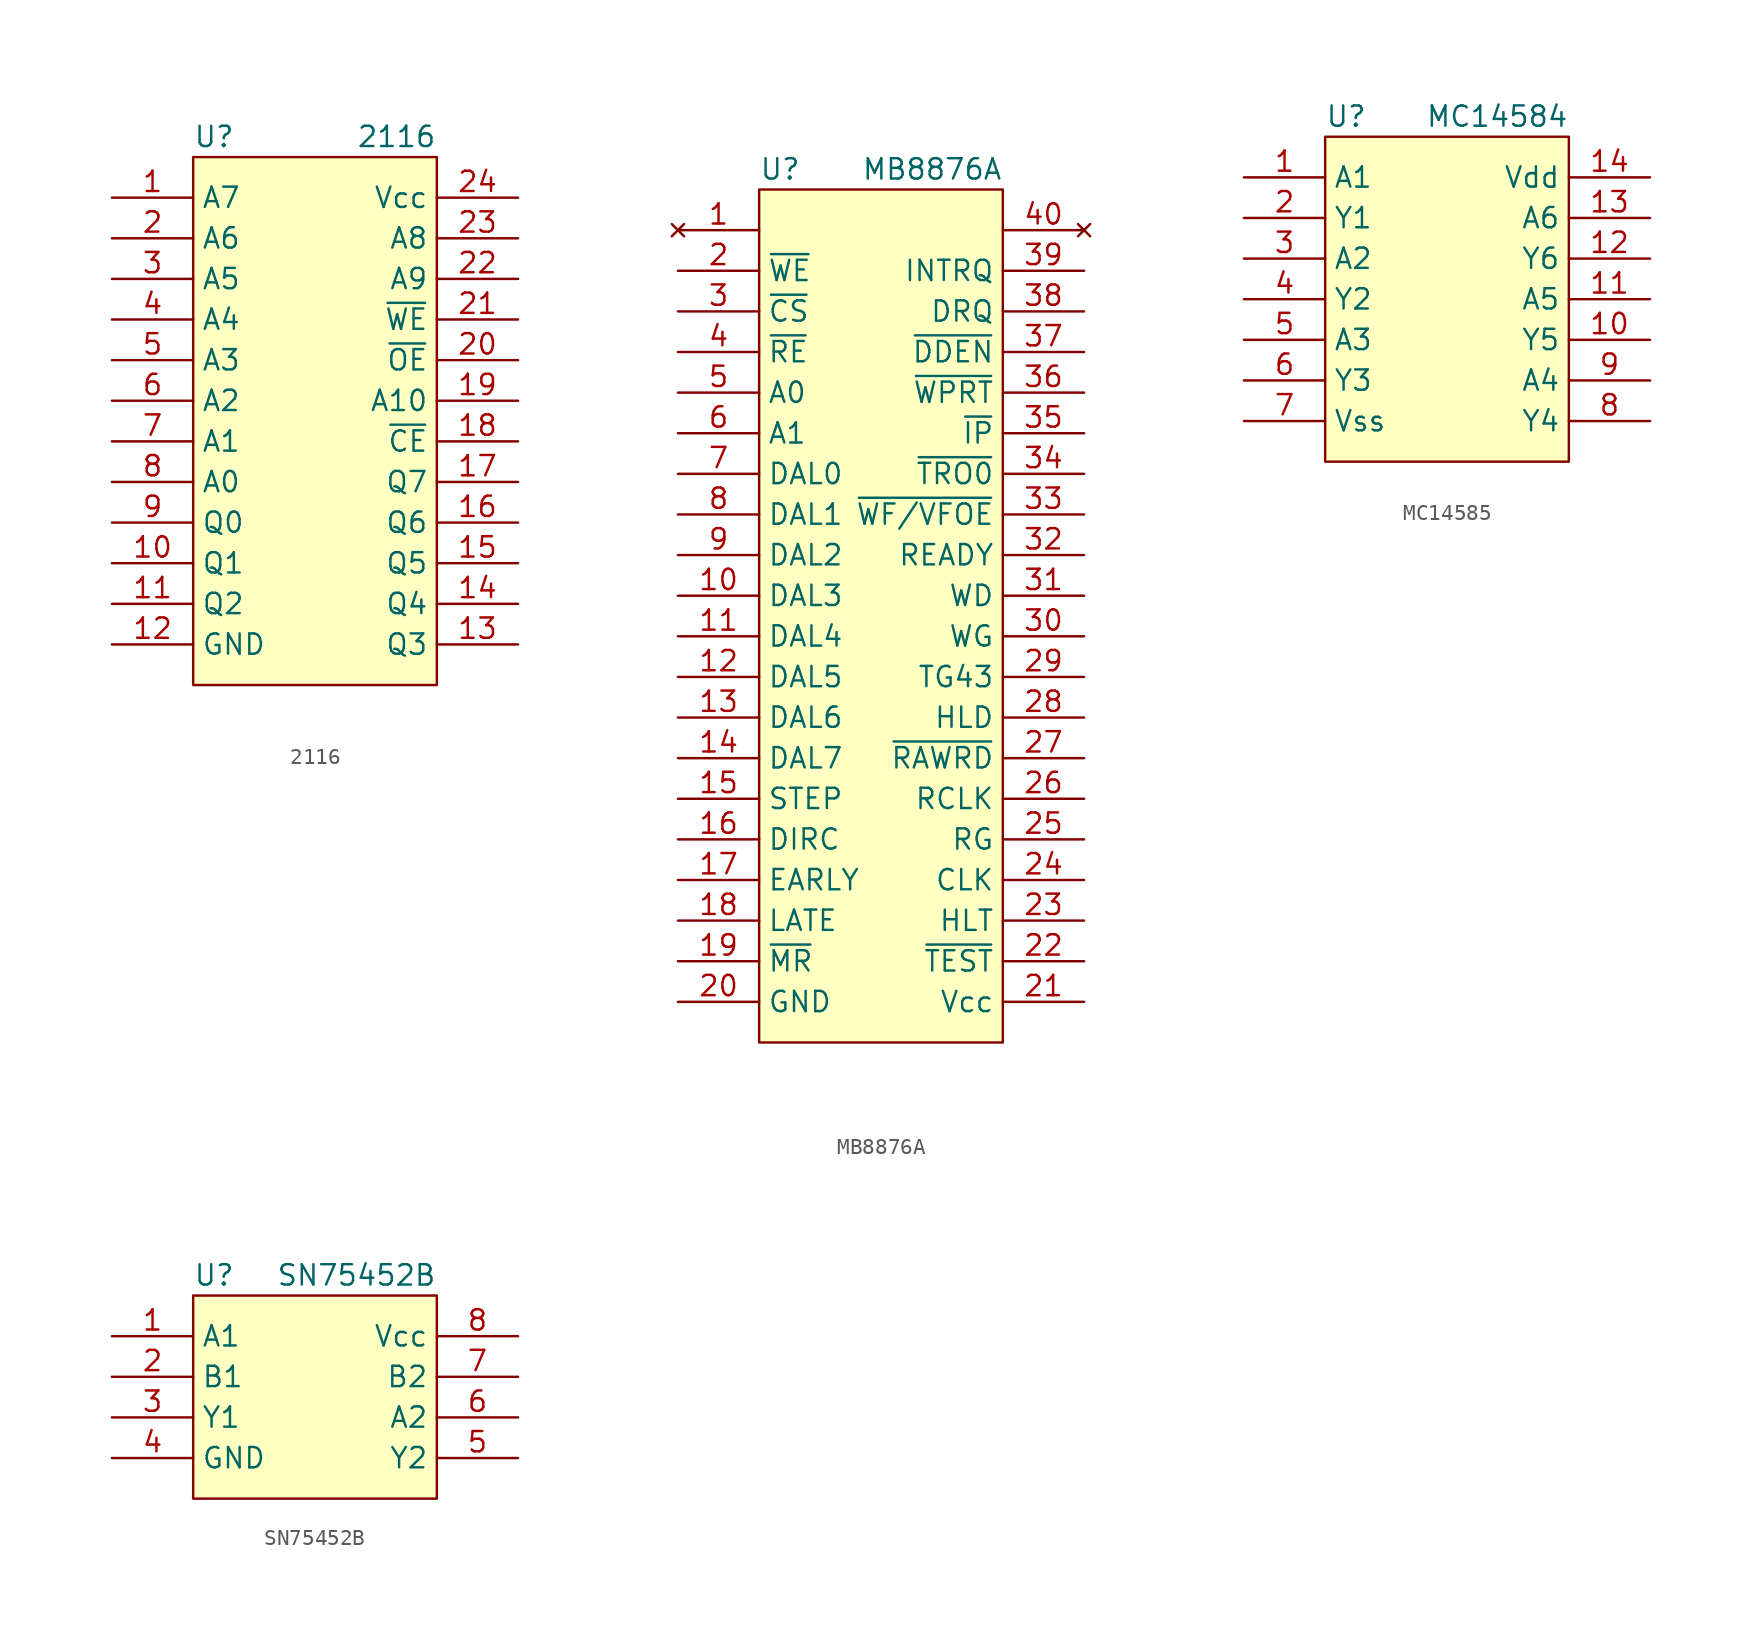
<source format=kicad_sym>
(kicad_symbol_lib
  (version 20231120)
  (generator "kicad_symbol_editor")
  (generator_version "8.0")
  (symbol "2116"
    (property "Reference" "U"
      (at -6.35 17.78 0)
      (do_not_autoplace)
      (effects (font (size 1.27 1.27)) (justify left)))
    (property "Value" "2116"
      (at 8.89 17.78 0)
      (do_not_autoplace)
      (effects (font (size 1.27 1.27)) (justify right)))
    (symbol "2116_0_0"
      (pin input line (at -11.43 13.97 0) (length 5.08) (name "A7" (effects (font (size 1.27 1.27)))) (number "1" (effects (font (size 1.27 1.27)))))
      (pin output line (at -11.43 -8.89 0) (length 5.08) (name "Q1" (effects (font (size 1.27 1.27)))) (number "10" (effects (font (size 1.27 1.27)))))
      (pin output line (at -11.43 -11.43 0) (length 5.08) (name "Q2" (effects (font (size 1.27 1.27)))) (number "11" (effects (font (size 1.27 1.27)))))
      (pin power_in line (at -11.43 -13.97 0) (length 5.08) (name "GND" (effects (font (size 1.27 1.27)))) (number "12" (effects (font (size 1.27 1.27)))))
      (pin output line (at 13.97 -13.97 180) (length 5.08) (name "Q3" (effects (font (size 1.27 1.27)))) (number "13" (effects (font (size 1.27 1.27)))))
      (pin output line (at 13.97 -11.43 180) (length 5.08) (name "Q4" (effects (font (size 1.27 1.27)))) (number "14" (effects (font (size 1.27 1.27)))))
      (pin output line (at 13.97 -8.89 180) (length 5.08) (name "Q5" (effects (font (size 1.27 1.27)))) (number "15" (effects (font (size 1.27 1.27)))))
      (pin output line (at 13.97 -6.35 180) (length 5.08) (name "Q6" (effects (font (size 1.27 1.27)))) (number "16" (effects (font (size 1.27 1.27)))))
      (pin output line (at 13.97 -3.81 180) (length 5.08) (name "Q7" (effects (font (size 1.27 1.27)))) (number "17" (effects (font (size 1.27 1.27)))))
      (pin input line (at 13.97 1.27 180) (length 5.08) (name "A10" (effects (font (size 1.27 1.27)))) (number "19" (effects (font (size 1.27 1.27)))))
      (pin input line (at -11.43 11.43 0) (length 5.08) (name "A6" (effects (font (size 1.27 1.27)))) (number "2" (effects (font (size 1.27 1.27)))))
      (pin input line (at 13.97 3.81 180) (length 5.08) (name "~{OE}" (effects (font (size 1.27 1.27)))) (number "20" (effects (font (size 1.27 1.27)))))
      (pin input line (at 13.97 8.89 180) (length 5.08) (name "A9" (effects (font (size 1.27 1.27)))) (number "22" (effects (font (size 1.27 1.27)))))
      (pin input line (at 13.97 11.43 180) (length 5.08) (name "A8" (effects (font (size 1.27 1.27)))) (number "23" (effects (font (size 1.27 1.27)))))
      (pin power_in line (at 13.97 13.97 180) (length 5.08) (name "Vcc" (effects (font (size 1.27 1.27)))) (number "24" (effects (font (size 1.27 1.27)))))
      (pin input line (at -11.43 8.89 0) (length 5.08) (name "A5" (effects (font (size 1.27 1.27)))) (number "3" (effects (font (size 1.27 1.27)))))
      (pin input line (at -11.43 6.35 0) (length 5.08) (name "A4" (effects (font (size 1.27 1.27)))) (number "4" (effects (font (size 1.27 1.27)))))
      (pin input line (at -11.43 3.81 0) (length 5.08) (name "A3" (effects (font (size 1.27 1.27)))) (number "5" (effects (font (size 1.27 1.27)))))
      (pin input line (at -11.43 1.27 0) (length 5.08) (name "A2" (effects (font (size 1.27 1.27)))) (number "6" (effects (font (size 1.27 1.27)))))
      (pin input line (at -11.43 -1.27 0) (length 5.08) (name "A1" (effects (font (size 1.27 1.27)))) (number "7" (effects (font (size 1.27 1.27)))))
      (pin input line (at -11.43 -3.81 0) (length 5.08) (name "A0" (effects (font (size 1.27 1.27)))) (number "8" (effects (font (size 1.27 1.27)))))
      (pin output line (at -11.43 -6.35 0) (length 5.08) (name "Q0" (effects (font (size 1.27 1.27)))) (number "9" (effects (font (size 1.27 1.27))))))
    (symbol "2116_1_0"
      (pin input line (at 13.97 -1.27 180) (length 5.08) (name "~{CE}" (effects (font (size 1.27 1.27)))) (number "18" (effects (font (size 1.27 1.27)))))
      (pin input line (at 13.97 6.35 180) (length 5.08) (name "~{WE}" (effects (font (size 1.27 1.27)))) (number "21" (effects (font (size 1.27 1.27))))))
    (symbol "2116_1_1"
      (rectangle (start -6.35 16.51) (end 8.89 -16.51) (stroke (width 0) (type default)) (fill (type background)))))
  (symbol "MB8876A"
    (property "Reference" "U"
      (at -7.62 27.94 0)
      (do_not_autoplace)
      (effects (font (size 1.27 1.27)) (justify left)))
    (property "Value" "MB8876A"
      (at 7.62 27.94 0)
      (do_not_autoplace)
      (effects (font (size 1.27 1.27)) (justify right)))
    (symbol "MB8876A_0_0"
      (pin tri_state line (at -12.7 1.27 0) (length 5.08) (name "DAL3" (effects (font (size 1.27 1.27)))) (number "10" (effects (font (size 1.27 1.27)))))
      (pin tri_state line (at -12.7 -1.27 0) (length 5.08) (name "DAL4" (effects (font (size 1.27 1.27)))) (number "11" (effects (font (size 1.27 1.27)))))
      (pin tri_state line (at -12.7 -3.81 0) (length 5.08) (name "DAL5" (effects (font (size 1.27 1.27)))) (number "12" (effects (font (size 1.27 1.27)))))
      (pin tri_state line (at -12.7 -6.35 0) (length 5.08) (name "DAL6" (effects (font (size 1.27 1.27)))) (number "13" (effects (font (size 1.27 1.27)))))
      (pin tri_state line (at -12.7 -8.89 0) (length 5.08) (name "DAL7" (effects (font (size 1.27 1.27)))) (number "14" (effects (font (size 1.27 1.27)))))
      (pin output line (at -12.7 -11.43 0) (length 5.08) (name "STEP" (effects (font (size 1.27 1.27)))) (number "15" (effects (font (size 1.27 1.27)))))
      (pin output line (at -12.7 -13.97 0) (length 5.08) (name "DIRC" (effects (font (size 1.27 1.27)))) (number "16" (effects (font (size 1.27 1.27)))))
      (pin output line (at -12.7 -16.51 0) (length 5.08) (name "EARLY" (effects (font (size 1.27 1.27)))) (number "17" (effects (font (size 1.27 1.27)))))
      (pin output line (at -12.7 -19.05 0) (length 5.08) (name "LATE" (effects (font (size 1.27 1.27)))) (number "18" (effects (font (size 1.27 1.27)))))
      (pin input line (at -12.7 -21.59 0) (length 5.08) (name "~{MR}" (effects (font (size 1.27 1.27)))) (number "19" (effects (font (size 1.27 1.27)))))
      (pin input line (at -12.7 21.59 0) (length 5.08) (name "~{WE}" (effects (font (size 1.27 1.27)))) (number "2" (effects (font (size 1.27 1.27)))))
      (pin power_in line (at -12.7 -24.13 0) (length 5.08) (name "GND" (effects (font (size 1.27 1.27)))) (number "20" (effects (font (size 1.27 1.27)))))
      (pin power_in line (at 12.7 -24.13 180) (length 5.08) (name "Vcc" (effects (font (size 1.27 1.27)))) (number "21" (effects (font (size 1.27 1.27)))))
      (pin input line (at 12.7 -21.59 180) (length 5.08) (name "~{TEST}" (effects (font (size 1.27 1.27)))) (number "22" (effects (font (size 1.27 1.27)))))
      (pin input line (at 12.7 -19.05 180) (length 5.08) (name "HLT" (effects (font (size 1.27 1.27)))) (number "23" (effects (font (size 1.27 1.27)))))
      (pin input line (at 12.7 -16.51 180) (length 5.08) (name "CLK" (effects (font (size 1.27 1.27)))) (number "24" (effects (font (size 1.27 1.27)))))
      (pin output line (at 12.7 -13.97 180) (length 5.08) (name "RG" (effects (font (size 1.27 1.27)))) (number "25" (effects (font (size 1.27 1.27)))))
      (pin input line (at 12.7 -11.43 180) (length 5.08) (name "RCLK" (effects (font (size 1.27 1.27)))) (number "26" (effects (font (size 1.27 1.27)))))
      (pin input line (at 12.7 -8.89 180) (length 5.08) (name "~{RAWRD}" (effects (font (size 1.27 1.27)))) (number "27" (effects (font (size 1.27 1.27)))))
      (pin output line (at 12.7 -6.35 180) (length 5.08) (name "HLD" (effects (font (size 1.27 1.27)))) (number "28" (effects (font (size 1.27 1.27)))))
      (pin output line (at 12.7 -3.81 180) (length 5.08) (name "TG43" (effects (font (size 1.27 1.27)))) (number "29" (effects (font (size 1.27 1.27)))))
      (pin input line (at -12.7 19.05 0) (length 5.08) (name "~{CS}" (effects (font (size 1.27 1.27)))) (number "3" (effects (font (size 1.27 1.27)))))
      (pin output line (at 12.7 -1.27 180) (length 5.08) (name "WG" (effects (font (size 1.27 1.27)))) (number "30" (effects (font (size 1.27 1.27)))))
      (pin output line (at 12.7 1.27 180) (length 5.08) (name "WD" (effects (font (size 1.27 1.27)))) (number "31" (effects (font (size 1.27 1.27)))))
      (pin input line (at 12.7 3.81 180) (length 5.08) (name "READY" (effects (font (size 1.27 1.27)))) (number "32" (effects (font (size 1.27 1.27)))))
      (pin bidirectional line (at 12.7 6.35 180) (length 5.08) (name "~{WF/VFOE}" (effects (font (size 1.27 1.27)))) (number "33" (effects (font (size 1.27 1.27)))))
      (pin input line (at 12.7 8.89 180) (length 5.08) (name "~{TRO0}" (effects (font (size 1.27 1.27)))) (number "34" (effects (font (size 1.27 1.27)))))
      (pin input line (at 12.7 11.43 180) (length 5.08) (name "~{IP}" (effects (font (size 1.27 1.27)))) (number "35" (effects (font (size 1.27 1.27)))))
      (pin input line (at 12.7 13.97 180) (length 5.08) (name "~{WPRT}" (effects (font (size 1.27 1.27)))) (number "36" (effects (font (size 1.27 1.27)))))
      (pin input line (at 12.7 16.51 180) (length 5.08) (name "~{DDEN}" (effects (font (size 1.27 1.27)))) (number "37" (effects (font (size 1.27 1.27)))))
      (pin output line (at 12.7 19.05 180) (length 5.08) (name "DRQ" (effects (font (size 1.27 1.27)))) (number "38" (effects (font (size 1.27 1.27)))))
      (pin output line (at 12.7 21.59 180) (length 5.08) (name "INTRQ" (effects (font (size 1.27 1.27)))) (number "39" (effects (font (size 1.27 1.27)))))
      (pin input line (at -12.7 16.51 0) (length 5.08) (name "~{RE}" (effects (font (size 1.27 1.27)))) (number "4" (effects (font (size 1.27 1.27)))))
      (pin input line (at -12.7 13.97 0) (length 5.08) (name "A0" (effects (font (size 1.27 1.27)))) (number "5" (effects (font (size 1.27 1.27)))))
      (pin input line (at -12.7 11.43 0) (length 5.08) (name "A1" (effects (font (size 1.27 1.27)))) (number "6" (effects (font (size 1.27 1.27)))))
      (pin tri_state line (at -12.7 8.89 0) (length 5.08) (name "DAL0" (effects (font (size 1.27 1.27)))) (number "7" (effects (font (size 1.27 1.27)))))
      (pin tri_state line (at -12.7 6.35 0) (length 5.08) (name "DAL1" (effects (font (size 1.27 1.27)))) (number "8" (effects (font (size 1.27 1.27)))))
      (pin tri_state line (at -12.7 3.81 0) (length 5.08) (name "DAL2" (effects (font (size 1.27 1.27)))) (number "9" (effects (font (size 1.27 1.27))))))
    (symbol "MB8876A_1_0"
      (pin no_connect line (at -12.7 24.13 0) (length 5.08) (name "~" (effects (font (size 1.27 1.27)))) (number "1" (effects (font (size 1.27 1.27)))))
      (pin no_connect line (at 12.7 24.13 180) (length 5.08) (name "~" (effects (font (size 1.27 1.27)))) (number "40" (effects (font (size 1.27 1.27))))))
    (symbol "MB8876A_1_1"
      (rectangle (start -7.62 26.67) (end 7.62 -26.67) (stroke (width 0) (type default)) (fill (type background)))))
  (symbol "MC14585"
    (property "Reference" "U"
      (at -7.62 11.43 0)
      (do_not_autoplace)
      (effects (font (size 1.27 1.27)) (justify left)))
    (property "Value" "MC14584"
      (at 7.62 11.43 0)
      (do_not_autoplace)
      (effects (font (size 1.27 1.27)) (justify right)))
    (symbol "MC14585_0_0"
      (pin input line (at -12.7 7.62 0) (length 5.08) (name "A1" (effects (font (size 1.27 1.27)))) (number "1" (effects (font (size 1.27 1.27)))))
      (pin output line (at 12.7 -2.54 180) (length 5.08) (name "Y5" (effects (font (size 1.27 1.27)))) (number "10" (effects (font (size 1.27 1.27)))))
      (pin input line (at 12.7 0 180) (length 5.08) (name "A5" (effects (font (size 1.27 1.27)))) (number "11" (effects (font (size 1.27 1.27)))))
      (pin output line (at 12.7 2.54 180) (length 5.08) (name "Y6" (effects (font (size 1.27 1.27)))) (number "12" (effects (font (size 1.27 1.27)))))
      (pin input line (at 12.7 5.08 180) (length 5.08) (name "A6" (effects (font (size 1.27 1.27)))) (number "13" (effects (font (size 1.27 1.27)))))
      (pin power_in line (at 12.7 7.62 180) (length 5.08) (name "Vdd" (effects (font (size 1.27 1.27)))) (number "14" (effects (font (size 1.27 1.27)))))
      (pin output line (at -12.7 5.08 0) (length 5.08) (name "Y1" (effects (font (size 1.27 1.27)))) (number "2" (effects (font (size 1.27 1.27)))))
      (pin input line (at -12.7 2.54 0) (length 5.08) (name "A2" (effects (font (size 1.27 1.27)))) (number "3" (effects (font (size 1.27 1.27)))))
      (pin output line (at -12.7 0 0) (length 5.08) (name "Y2" (effects (font (size 1.27 1.27)))) (number "4" (effects (font (size 1.27 1.27)))))
      (pin input line (at -12.7 -2.54 0) (length 5.08) (name "A3" (effects (font (size 1.27 1.27)))) (number "5" (effects (font (size 1.27 1.27)))))
      (pin output line (at -12.7 -5.08 0) (length 5.08) (name "Y3" (effects (font (size 1.27 1.27)))) (number "6" (effects (font (size 1.27 1.27)))))
      (pin power_in line (at -12.7 -7.62 0) (length 5.08) (name "Vss" (effects (font (size 1.27 1.27)))) (number "7" (effects (font (size 1.27 1.27)))))
      (pin output line (at 12.7 -7.62 180) (length 5.08) (name "Y4" (effects (font (size 1.27 1.27)))) (number "8" (effects (font (size 1.27 1.27)))))
      (pin input line (at 12.7 -5.08 180) (length 5.08) (name "A4" (effects (font (size 1.27 1.27)))) (number "9" (effects (font (size 1.27 1.27))))))
    (symbol "MC14585_1_1"
      (rectangle (start -7.62 10.16) (end 7.62 -10.16) (stroke (width 0) (type default)) (fill (type background)))))
  (symbol "SN75452B"
    (property "Reference" "U"
      (at -7.62 7.62 0)
      (do_not_autoplace)
      (effects (font (size 1.27 1.27)) (justify left)))
    (property "Value" "SN75452B"
      (at 7.62 7.62 0)
      (do_not_autoplace)
      (effects (font (size 1.27 1.27)) (justify right)))
    (symbol "SN75452B_0_0"
      (pin input line (at -12.7 3.81 0) (length 5.08) (name "A1" (effects (font (size 1.27 1.27)))) (number "1" (effects (font (size 1.27 1.27)))))
      (pin input line (at -12.7 1.27 0) (length 5.08) (name "B1" (effects (font (size 1.27 1.27)))) (number "2" (effects (font (size 1.27 1.27)))))
      (pin open_collector line (at -12.7 -1.27 0) (length 5.08) (name "Y1" (effects (font (size 1.27 1.27)))) (number "3" (effects (font (size 1.27 1.27)))))
      (pin power_in line (at -12.7 -3.81 0) (length 5.08) (name "GND" (effects (font (size 1.27 1.27)))) (number "4" (effects (font (size 1.27 1.27)))))
      (pin open_collector line (at 12.7 -3.81 180) (length 5.08) (name "Y2" (effects (font (size 1.27 1.27)))) (number "5" (effects (font (size 1.27 1.27)))))
      (pin input line (at 12.7 -1.27 180) (length 5.08) (name "A2" (effects (font (size 1.27 1.27)))) (number "6" (effects (font (size 1.27 1.27)))))
      (pin input line (at 12.7 1.27 180) (length 5.08) (name "B2" (effects (font (size 1.27 1.27)))) (number "7" (effects (font (size 1.27 1.27)))))
      (pin power_in line (at 12.7 3.81 180) (length 5.08) (name "Vcc" (effects (font (size 1.27 1.27)))) (number "8" (effects (font (size 1.27 1.27))))))
    (symbol "SN75452B_1_1"
      (rectangle (start -7.62 6.35) (end 7.62 -6.35) (stroke (width 0) (type default)) (fill (type background))))))
</source>
